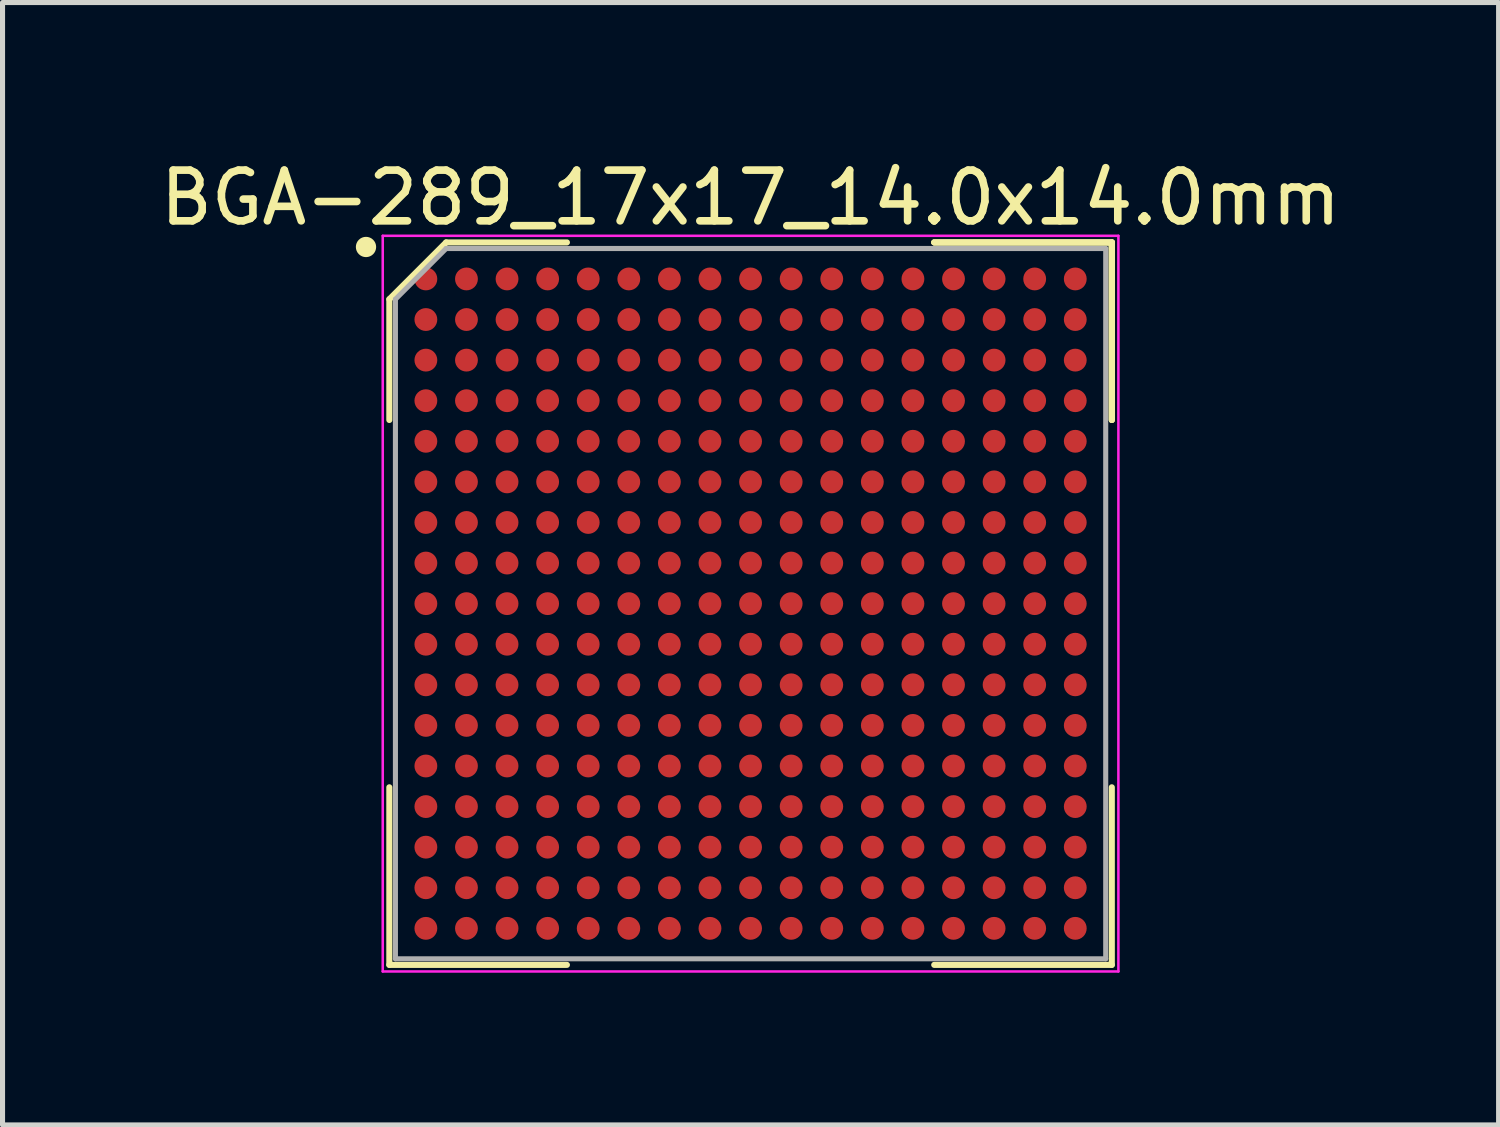
<source format=kicad_pcb>
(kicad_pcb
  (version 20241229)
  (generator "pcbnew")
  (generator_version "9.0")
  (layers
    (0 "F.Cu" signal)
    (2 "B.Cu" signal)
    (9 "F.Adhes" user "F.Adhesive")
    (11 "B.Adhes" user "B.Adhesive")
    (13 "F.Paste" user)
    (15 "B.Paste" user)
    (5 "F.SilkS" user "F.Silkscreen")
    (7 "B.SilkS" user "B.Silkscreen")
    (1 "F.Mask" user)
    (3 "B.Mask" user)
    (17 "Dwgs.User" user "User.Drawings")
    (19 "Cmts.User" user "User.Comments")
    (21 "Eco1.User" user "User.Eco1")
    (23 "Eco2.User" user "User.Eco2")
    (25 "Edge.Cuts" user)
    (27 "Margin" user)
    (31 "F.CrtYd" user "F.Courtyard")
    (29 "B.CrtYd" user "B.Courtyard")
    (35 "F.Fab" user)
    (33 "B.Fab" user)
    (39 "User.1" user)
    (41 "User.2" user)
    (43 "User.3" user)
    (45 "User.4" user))
  (footprint "BGA-289_17x17_14.0x14.0mm"
    (layer "F.Cu")
    (at 11.744 8.848)
    (property "Reference" "BGA-289_17x17_14.0x14.0mm" (at 0 -8 0) (layer "F.SilkS") (effects (font (size 1 1) (thickness 0.15))))
    (attr through_hole)
    (fp_line (start -7.12 -6) (end -7.12 -3.62) (stroke (width 0.12) (type solid)) (layer "F.SilkS"))
    (fp_line (start -7.12 7.12) (end -7.12 3.62) (stroke (width 0.12) (type solid)) (layer "F.SilkS"))
    (fp_line (start -6 -7.12) (end -7.12 -6) (stroke (width 0.12) (type solid)) (layer "F.SilkS"))
    (fp_line (start -3.62 -7.12) (end -6 -7.12) (stroke (width 0.12) (type solid)) (layer "F.SilkS"))
    (fp_line (start -3.62 7.12) (end -7.12 7.12) (stroke (width 0.12) (type solid)) (layer "F.SilkS"))
    (fp_line (start 3.62 -7.12) (end 7.12 -7.12) (stroke (width 0.12) (type solid)) (layer "F.SilkS"))
    (fp_line (start 3.62 -7.12) (end 7.12 -7.12) (stroke (width 0.12) (type solid)) (layer "F.SilkS"))
    (fp_line (start 3.62 -7.12) (end 7.12 -7.12) (stroke (width 0.12) (type solid)) (layer "F.SilkS"))
    (fp_line (start 3.62 7.12) (end 7.12 7.12) (stroke (width 0.12) (type solid)) (layer "F.SilkS"))
    (fp_line (start 7.12 -7.12) (end 7.12 -3.62) (stroke (width 0.12) (type solid)) (layer "F.SilkS"))
    (fp_line (start 7.12 -7.12) (end 7.12 -3.62) (stroke (width 0.12) (type solid)) (layer "F.SilkS"))
    (fp_line (start 7.12 -7.12) (end 7.12 -3.62) (stroke (width 0.12) (type solid)) (layer "F.SilkS"))
    (fp_line (start 7.12 7.12) (end 7.12 3.62) (stroke (width 0.12) (type solid)) (layer "F.SilkS"))
    (fp_circle (center -7.58 -7.03) (end -7.58 -6.93) (stroke (width 0.2) (type solid)) (fill no) (layer "F.SilkS"))
    (fp_line (start -7.25 -7.25) (end 7.25 -7.25) (stroke (width 0.05) (type solid)) (layer "F.CrtYd"))
    (fp_line (start -7.25 7.25) (end -7.25 -7.25) (stroke (width 0.05) (type solid)) (layer "F.CrtYd"))
    (fp_line (start 7.25 -7.25) (end 7.25 7.25) (stroke (width 0.05) (type solid)) (layer "F.CrtYd"))
    (fp_line (start 7.25 7.25) (end -7.25 7.25) (stroke (width 0.05) (type solid)) (layer "F.CrtYd"))
    (fp_line (start -7 -6) (end -7 7) (stroke (width 0.1) (type solid)) (layer "F.Fab"))
    (fp_line (start -7 7) (end 7 7) (stroke (width 0.1) (type solid)) (layer "F.Fab"))
    (fp_line (start -6 -7) (end -7 -6) (stroke (width 0.1) (type solid)) (layer "F.Fab"))
    (fp_line (start 7 -7) (end -6 -7) (stroke (width 0.1) (type solid)) (layer "F.Fab"))
    (fp_line (start 7 7) (end 7 -7) (stroke (width 0.1) (type solid)) (layer "F.Fab"))
    (pad "A1" smd circle (at -6.4 -6.4) (size 0.45 0.45) (layers "F.Cu" "F.Mask" "F.Paste"))
    (pad "A2" smd circle (at -5.6 -6.4) (size 0.45 0.45) (layers "F.Cu" "F.Mask" "F.Paste"))
    (pad "A3" smd circle (at -4.8 -6.4) (size 0.45 0.45) (layers "F.Cu" "F.Mask" "F.Paste"))
    (pad "A4" smd circle (at -4 -6.4) (size 0.45 0.45) (layers "F.Cu" "F.Mask" "F.Paste"))
    (pad "A5" smd circle (at -3.2 -6.4) (size 0.45 0.45) (layers "F.Cu" "F.Mask" "F.Paste"))
    (pad "A6" smd circle (at -2.4 -6.4) (size 0.45 0.45) (layers "F.Cu" "F.Mask" "F.Paste"))
    (pad "A7" smd circle (at -1.6 -6.4) (size 0.45 0.45) (layers "F.Cu" "F.Mask" "F.Paste"))
    (pad "A8" smd circle (at -0.8 -6.4) (size 0.45 0.45) (layers "F.Cu" "F.Mask" "F.Paste"))
    (pad "A9" smd circle (at 0 -6.4) (size 0.45 0.45) (layers "F.Cu" "F.Mask" "F.Paste"))
    (pad "A10" smd circle (at 0.8 -6.4) (size 0.45 0.45) (layers "F.Cu" "F.Mask" "F.Paste"))
    (pad "A11" smd circle (at 1.6 -6.4) (size 0.45 0.45) (layers "F.Cu" "F.Mask" "F.Paste"))
    (pad "A12" smd circle (at 2.4 -6.4) (size 0.45 0.45) (layers "F.Cu" "F.Mask" "F.Paste"))
    (pad "A13" smd circle (at 3.2 -6.4) (size 0.45 0.45) (layers "F.Cu" "F.Mask" "F.Paste"))
    (pad "A14" smd circle (at 4 -6.4) (size 0.45 0.45) (layers "F.Cu" "F.Mask" "F.Paste"))
    (pad "A15" smd circle (at 4.8 -6.4) (size 0.45 0.45) (layers "F.Cu" "F.Mask" "F.Paste"))
    (pad "A16" smd circle (at 5.6 -6.4) (size 0.45 0.45) (layers "F.Cu" "F.Mask" "F.Paste"))
    (pad "A17" smd circle (at 6.4 -6.4) (size 0.45 0.45) (layers "F.Cu" "F.Mask" "F.Paste"))
    (pad "B1" smd circle (at -6.4 -5.6) (size 0.45 0.45) (layers "F.Cu" "F.Mask" "F.Paste"))
    (pad "B2" smd circle (at -5.6 -5.6) (size 0.45 0.45) (layers "F.Cu" "F.Mask" "F.Paste"))
    (pad "B3" smd circle (at -4.8 -5.6) (size 0.45 0.45) (layers "F.Cu" "F.Mask" "F.Paste"))
    (pad "B4" smd circle (at -4 -5.6) (size 0.45 0.45) (layers "F.Cu" "F.Mask" "F.Paste"))
    (pad "B5" smd circle (at -3.2 -5.6) (size 0.45 0.45) (layers "F.Cu" "F.Mask" "F.Paste"))
    (pad "B6" smd circle (at -2.4 -5.6) (size 0.45 0.45) (layers "F.Cu" "F.Mask" "F.Paste"))
    (pad "B7" smd circle (at -1.6 -5.6) (size 0.45 0.45) (layers "F.Cu" "F.Mask" "F.Paste"))
    (pad "B8" smd circle (at -0.8 -5.6) (size 0.45 0.45) (layers "F.Cu" "F.Mask" "F.Paste"))
    (pad "B9" smd circle (at 0 -5.6) (size 0.45 0.45) (layers "F.Cu" "F.Mask" "F.Paste"))
    (pad "B10" smd circle (at 0.8 -5.6) (size 0.45 0.45) (layers "F.Cu" "F.Mask" "F.Paste"))
    (pad "B11" smd circle (at 1.6 -5.6) (size 0.45 0.45) (layers "F.Cu" "F.Mask" "F.Paste"))
    (pad "B12" smd circle (at 2.4 -5.6) (size 0.45 0.45) (layers "F.Cu" "F.Mask" "F.Paste"))
    (pad "B13" smd circle (at 3.2 -5.6) (size 0.45 0.45) (layers "F.Cu" "F.Mask" "F.Paste"))
    (pad "B14" smd circle (at 4 -5.6) (size 0.45 0.45) (layers "F.Cu" "F.Mask" "F.Paste"))
    (pad "B15" smd circle (at 4.8 -5.6) (size 0.45 0.45) (layers "F.Cu" "F.Mask" "F.Paste"))
    (pad "B16" smd circle (at 5.6 -5.6) (size 0.45 0.45) (layers "F.Cu" "F.Mask" "F.Paste"))
    (pad "B17" smd circle (at 6.4 -5.6) (size 0.45 0.45) (layers "F.Cu" "F.Mask" "F.Paste"))
    (pad "C1" smd circle (at -6.4 -4.8) (size 0.45 0.45) (layers "F.Cu" "F.Mask" "F.Paste"))
    (pad "C2" smd circle (at -5.6 -4.8) (size 0.45 0.45) (layers "F.Cu" "F.Mask" "F.Paste"))
    (pad "C3" smd circle (at -4.8 -4.8) (size 0.45 0.45) (layers "F.Cu" "F.Mask" "F.Paste"))
    (pad "C4" smd circle (at -4 -4.8) (size 0.45 0.45) (layers "F.Cu" "F.Mask" "F.Paste"))
    (pad "C5" smd circle (at -3.2 -4.8) (size 0.45 0.45) (layers "F.Cu" "F.Mask" "F.Paste"))
    (pad "C6" smd circle (at -2.4 -4.8) (size 0.45 0.45) (layers "F.Cu" "F.Mask" "F.Paste"))
    (pad "C7" smd circle (at -1.6 -4.8) (size 0.45 0.45) (layers "F.Cu" "F.Mask" "F.Paste"))
    (pad "C8" smd circle (at -0.8 -4.8) (size 0.45 0.45) (layers "F.Cu" "F.Mask" "F.Paste"))
    (pad "C9" smd circle (at 0 -4.8) (size 0.45 0.45) (layers "F.Cu" "F.Mask" "F.Paste"))
    (pad "C10" smd circle (at 0.8 -4.8) (size 0.45 0.45) (layers "F.Cu" "F.Mask" "F.Paste"))
    (pad "C11" smd circle (at 1.6 -4.8) (size 0.45 0.45) (layers "F.Cu" "F.Mask" "F.Paste"))
    (pad "C12" smd circle (at 2.4 -4.8) (size 0.45 0.45) (layers "F.Cu" "F.Mask" "F.Paste"))
    (pad "C13" smd circle (at 3.2 -4.8) (size 0.45 0.45) (layers "F.Cu" "F.Mask" "F.Paste"))
    (pad "C14" smd circle (at 4 -4.8) (size 0.45 0.45) (layers "F.Cu" "F.Mask" "F.Paste"))
    (pad "C15" smd circle (at 4.8 -4.8) (size 0.45 0.45) (layers "F.Cu" "F.Mask" "F.Paste"))
    (pad "C16" smd circle (at 5.6 -4.8) (size 0.45 0.45) (layers "F.Cu" "F.Mask" "F.Paste"))
    (pad "C17" smd circle (at 6.4 -4.8) (size 0.45 0.45) (layers "F.Cu" "F.Mask" "F.Paste"))
    (pad "D1" smd circle (at -6.4 -4) (size 0.45 0.45) (layers "F.Cu" "F.Mask" "F.Paste"))
    (pad "D2" smd circle (at -5.6 -4) (size 0.45 0.45) (layers "F.Cu" "F.Mask" "F.Paste"))
    (pad "D3" smd circle (at -4.8 -4) (size 0.45 0.45) (layers "F.Cu" "F.Mask" "F.Paste"))
    (pad "D4" smd circle (at -4 -4) (size 0.45 0.45) (layers "F.Cu" "F.Mask" "F.Paste"))
    (pad "D5" smd circle (at -3.2 -4) (size 0.45 0.45) (layers "F.Cu" "F.Mask" "F.Paste"))
    (pad "D6" smd circle (at -2.4 -4) (size 0.45 0.45) (layers "F.Cu" "F.Mask" "F.Paste"))
    (pad "D7" smd circle (at -1.6 -4) (size 0.45 0.45) (layers "F.Cu" "F.Mask" "F.Paste"))
    (pad "D8" smd circle (at -0.8 -4) (size 0.45 0.45) (layers "F.Cu" "F.Mask" "F.Paste"))
    (pad "D9" smd circle (at 0 -4) (size 0.45 0.45) (layers "F.Cu" "F.Mask" "F.Paste"))
    (pad "D10" smd circle (at 0.8 -4) (size 0.45 0.45) (layers "F.Cu" "F.Mask" "F.Paste"))
    (pad "D11" smd circle (at 1.6 -4) (size 0.45 0.45) (layers "F.Cu" "F.Mask" "F.Paste"))
    (pad "D12" smd circle (at 2.4 -4) (size 0.45 0.45) (layers "F.Cu" "F.Mask" "F.Paste"))
    (pad "D13" smd circle (at 3.2 -4) (size 0.45 0.45) (layers "F.Cu" "F.Mask" "F.Paste"))
    (pad "D14" smd circle (at 4 -4) (size 0.45 0.45) (layers "F.Cu" "F.Mask" "F.Paste"))
    (pad "D15" smd circle (at 4.8 -4) (size 0.45 0.45) (layers "F.Cu" "F.Mask" "F.Paste"))
    (pad "D16" smd circle (at 5.6 -4) (size 0.45 0.45) (layers "F.Cu" "F.Mask" "F.Paste"))
    (pad "D17" smd circle (at 6.4 -4) (size 0.45 0.45) (layers "F.Cu" "F.Mask" "F.Paste"))
    (pad "E1" smd circle (at -6.4 -3.2) (size 0.45 0.45) (layers "F.Cu" "F.Mask" "F.Paste"))
    (pad "E2" smd circle (at -5.6 -3.2) (size 0.45 0.45) (layers "F.Cu" "F.Mask" "F.Paste"))
    (pad "E3" smd circle (at -4.8 -3.2) (size 0.45 0.45) (layers "F.Cu" "F.Mask" "F.Paste"))
    (pad "E4" smd circle (at -4 -3.2) (size 0.45 0.45) (layers "F.Cu" "F.Mask" "F.Paste"))
    (pad "E5" smd circle (at -3.2 -3.2) (size 0.45 0.45) (layers "F.Cu" "F.Mask" "F.Paste"))
    (pad "E6" smd circle (at -2.4 -3.2) (size 0.45 0.45) (layers "F.Cu" "F.Mask" "F.Paste"))
    (pad "E7" smd circle (at -1.6 -3.2) (size 0.45 0.45) (layers "F.Cu" "F.Mask" "F.Paste"))
    (pad "E8" smd circle (at -0.8 -3.2) (size 0.45 0.45) (layers "F.Cu" "F.Mask" "F.Paste"))
    (pad "E9" smd circle (at 0 -3.2) (size 0.45 0.45) (layers "F.Cu" "F.Mask" "F.Paste"))
    (pad "E10" smd circle (at 0.8 -3.2) (size 0.45 0.45) (layers "F.Cu" "F.Mask" "F.Paste"))
    (pad "E11" smd circle (at 1.6 -3.2) (size 0.45 0.45) (layers "F.Cu" "F.Mask" "F.Paste"))
    (pad "E12" smd circle (at 2.4 -3.2) (size 0.45 0.45) (layers "F.Cu" "F.Mask" "F.Paste"))
    (pad "E13" smd circle (at 3.2 -3.2) (size 0.45 0.45) (layers "F.Cu" "F.Mask" "F.Paste"))
    (pad "E14" smd circle (at 4 -3.2) (size 0.45 0.45) (layers "F.Cu" "F.Mask" "F.Paste"))
    (pad "E15" smd circle (at 4.8 -3.2) (size 0.45 0.45) (layers "F.Cu" "F.Mask" "F.Paste"))
    (pad "E16" smd circle (at 5.6 -3.2) (size 0.45 0.45) (layers "F.Cu" "F.Mask" "F.Paste"))
    (pad "E17" smd circle (at 6.4 -3.2) (size 0.45 0.45) (layers "F.Cu" "F.Mask" "F.Paste"))
    (pad "F1" smd circle (at -6.4 -2.4) (size 0.45 0.45) (layers "F.Cu" "F.Mask" "F.Paste"))
    (pad "F2" smd circle (at -5.6 -2.4) (size 0.45 0.45) (layers "F.Cu" "F.Mask" "F.Paste"))
    (pad "F3" smd circle (at -4.8 -2.4) (size 0.45 0.45) (layers "F.Cu" "F.Mask" "F.Paste"))
    (pad "F4" smd circle (at -4 -2.4) (size 0.45 0.45) (layers "F.Cu" "F.Mask" "F.Paste"))
    (pad "F5" smd circle (at -3.2 -2.4) (size 0.45 0.45) (layers "F.Cu" "F.Mask" "F.Paste"))
    (pad "F6" smd circle (at -2.4 -2.4) (size 0.45 0.45) (layers "F.Cu" "F.Mask" "F.Paste"))
    (pad "F7" smd circle (at -1.6 -2.4) (size 0.45 0.45) (layers "F.Cu" "F.Mask" "F.Paste"))
    (pad "F8" smd circle (at -0.8 -2.4) (size 0.45 0.45) (layers "F.Cu" "F.Mask" "F.Paste"))
    (pad "F9" smd circle (at 0 -2.4) (size 0.45 0.45) (layers "F.Cu" "F.Mask" "F.Paste"))
    (pad "F10" smd circle (at 0.8 -2.4) (size 0.45 0.45) (layers "F.Cu" "F.Mask" "F.Paste"))
    (pad "F11" smd circle (at 1.6 -2.4) (size 0.45 0.45) (layers "F.Cu" "F.Mask" "F.Paste"))
    (pad "F12" smd circle (at 2.4 -2.4) (size 0.45 0.45) (layers "F.Cu" "F.Mask" "F.Paste"))
    (pad "F13" smd circle (at 3.2 -2.4) (size 0.45 0.45) (layers "F.Cu" "F.Mask" "F.Paste"))
    (pad "F14" smd circle (at 4 -2.4) (size 0.45 0.45) (layers "F.Cu" "F.Mask" "F.Paste"))
    (pad "F15" smd circle (at 4.8 -2.4) (size 0.45 0.45) (layers "F.Cu" "F.Mask" "F.Paste"))
    (pad "F16" smd circle (at 5.6 -2.4) (size 0.45 0.45) (layers "F.Cu" "F.Mask" "F.Paste"))
    (pad "F17" smd circle (at 6.4 -2.4) (size 0.45 0.45) (layers "F.Cu" "F.Mask" "F.Paste"))
    (pad "G1" smd circle (at -6.4 -1.6) (size 0.45 0.45) (layers "F.Cu" "F.Mask" "F.Paste"))
    (pad "G2" smd circle (at -5.6 -1.6) (size 0.45 0.45) (layers "F.Cu" "F.Mask" "F.Paste"))
    (pad "G3" smd circle (at -4.8 -1.6) (size 0.45 0.45) (layers "F.Cu" "F.Mask" "F.Paste"))
    (pad "G4" smd circle (at -4 -1.6) (size 0.45 0.45) (layers "F.Cu" "F.Mask" "F.Paste"))
    (pad "G5" smd circle (at -3.2 -1.6) (size 0.45 0.45) (layers "F.Cu" "F.Mask" "F.Paste"))
    (pad "G6" smd circle (at -2.4 -1.6) (size 0.45 0.45) (layers "F.Cu" "F.Mask" "F.Paste"))
    (pad "G7" smd circle (at -1.6 -1.6) (size 0.45 0.45) (layers "F.Cu" "F.Mask" "F.Paste"))
    (pad "G8" smd circle (at -0.8 -1.6) (size 0.45 0.45) (layers "F.Cu" "F.Mask" "F.Paste"))
    (pad "G9" smd circle (at 0 -1.6) (size 0.45 0.45) (layers "F.Cu" "F.Mask" "F.Paste"))
    (pad "G10" smd circle (at 0.8 -1.6) (size 0.45 0.45) (layers "F.Cu" "F.Mask" "F.Paste"))
    (pad "G11" smd circle (at 1.6 -1.6) (size 0.45 0.45) (layers "F.Cu" "F.Mask" "F.Paste"))
    (pad "G12" smd circle (at 2.4 -1.6) (size 0.45 0.45) (layers "F.Cu" "F.Mask" "F.Paste"))
    (pad "G13" smd circle (at 3.2 -1.6) (size 0.45 0.45) (layers "F.Cu" "F.Mask" "F.Paste"))
    (pad "G14" smd circle (at 4 -1.6) (size 0.45 0.45) (layers "F.Cu" "F.Mask" "F.Paste"))
    (pad "G15" smd circle (at 4.8 -1.6) (size 0.45 0.45) (layers "F.Cu" "F.Mask" "F.Paste"))
    (pad "G16" smd circle (at 5.6 -1.6) (size 0.45 0.45) (layers "F.Cu" "F.Mask" "F.Paste"))
    (pad "G17" smd circle (at 6.4 -1.6) (size 0.45 0.45) (layers "F.Cu" "F.Mask" "F.Paste"))
    (pad "H1" smd circle (at -6.4 -0.8) (size 0.45 0.45) (layers "F.Cu" "F.Mask" "F.Paste"))
    (pad "H2" smd circle (at -5.6 -0.8) (size 0.45 0.45) (layers "F.Cu" "F.Mask" "F.Paste"))
    (pad "H3" smd circle (at -4.8 -0.8) (size 0.45 0.45) (layers "F.Cu" "F.Mask" "F.Paste"))
    (pad "H4" smd circle (at -4 -0.8) (size 0.45 0.45) (layers "F.Cu" "F.Mask" "F.Paste"))
    (pad "H5" smd circle (at -3.2 -0.8) (size 0.45 0.45) (layers "F.Cu" "F.Mask" "F.Paste"))
    (pad "H6" smd circle (at -2.4 -0.8) (size 0.45 0.45) (layers "F.Cu" "F.Mask" "F.Paste"))
    (pad "H7" smd circle (at -1.6 -0.8) (size 0.45 0.45) (layers "F.Cu" "F.Mask" "F.Paste"))
    (pad "H8" smd circle (at -0.8 -0.8) (size 0.45 0.45) (layers "F.Cu" "F.Mask" "F.Paste"))
    (pad "H9" smd circle (at 0 -0.8) (size 0.45 0.45) (layers "F.Cu" "F.Mask" "F.Paste"))
    (pad "H10" smd circle (at 0.8 -0.8) (size 0.45 0.45) (layers "F.Cu" "F.Mask" "F.Paste"))
    (pad "H11" smd circle (at 1.6 -0.8) (size 0.45 0.45) (layers "F.Cu" "F.Mask" "F.Paste"))
    (pad "H12" smd circle (at 2.4 -0.8) (size 0.45 0.45) (layers "F.Cu" "F.Mask" "F.Paste"))
    (pad "H13" smd circle (at 3.2 -0.8) (size 0.45 0.45) (layers "F.Cu" "F.Mask" "F.Paste"))
    (pad "H14" smd circle (at 4 -0.8) (size 0.45 0.45) (layers "F.Cu" "F.Mask" "F.Paste"))
    (pad "H15" smd circle (at 4.8 -0.8) (size 0.45 0.45) (layers "F.Cu" "F.Mask" "F.Paste"))
    (pad "H16" smd circle (at 5.6 -0.8) (size 0.45 0.45) (layers "F.Cu" "F.Mask" "F.Paste"))
    (pad "H17" smd circle (at 6.4 -0.8) (size 0.45 0.45) (layers "F.Cu" "F.Mask" "F.Paste"))
    (pad "J1" smd circle (at -6.4 0) (size 0.45 0.45) (layers "F.Cu" "F.Mask" "F.Paste"))
    (pad "J2" smd circle (at -5.6 0) (size 0.45 0.45) (layers "F.Cu" "F.Mask" "F.Paste"))
    (pad "J3" smd circle (at -4.8 0) (size 0.45 0.45) (layers "F.Cu" "F.Mask" "F.Paste"))
    (pad "J4" smd circle (at -4 0) (size 0.45 0.45) (layers "F.Cu" "F.Mask" "F.Paste"))
    (pad "J5" smd circle (at -3.2 0) (size 0.45 0.45) (layers "F.Cu" "F.Mask" "F.Paste"))
    (pad "J6" smd circle (at -2.4 0) (size 0.45 0.45) (layers "F.Cu" "F.Mask" "F.Paste"))
    (pad "J7" smd circle (at -1.6 0) (size 0.45 0.45) (layers "F.Cu" "F.Mask" "F.Paste"))
    (pad "J8" smd circle (at -0.8 0) (size 0.45 0.45) (layers "F.Cu" "F.Mask" "F.Paste"))
    (pad "J9" smd circle (at 0 0) (size 0.45 0.45) (layers "F.Cu" "F.Mask" "F.Paste"))
    (pad "J10" smd circle (at 0.8 0) (size 0.45 0.45) (layers "F.Cu" "F.Mask" "F.Paste"))
    (pad "J11" smd circle (at 1.6 0) (size 0.45 0.45) (layers "F.Cu" "F.Mask" "F.Paste"))
    (pad "J12" smd circle (at 2.4 0) (size 0.45 0.45) (layers "F.Cu" "F.Mask" "F.Paste"))
    (pad "J13" smd circle (at 3.2 0) (size 0.45 0.45) (layers "F.Cu" "F.Mask" "F.Paste"))
    (pad "J14" smd circle (at 4 0) (size 0.45 0.45) (layers "F.Cu" "F.Mask" "F.Paste"))
    (pad "J15" smd circle (at 4.8 0) (size 0.45 0.45) (layers "F.Cu" "F.Mask" "F.Paste"))
    (pad "J16" smd circle (at 5.6 0) (size 0.45 0.45) (layers "F.Cu" "F.Mask" "F.Paste"))
    (pad "J17" smd circle (at 6.4 0) (size 0.45 0.45) (layers "F.Cu" "F.Mask" "F.Paste"))
    (pad "K1" smd circle (at -6.4 0.8) (size 0.45 0.45) (layers "F.Cu" "F.Mask" "F.Paste"))
    (pad "K2" smd circle (at -5.6 0.8) (size 0.45 0.45) (layers "F.Cu" "F.Mask" "F.Paste"))
    (pad "K3" smd circle (at -4.8 0.8) (size 0.45 0.45) (layers "F.Cu" "F.Mask" "F.Paste"))
    (pad "K4" smd circle (at -4 0.8) (size 0.45 0.45) (layers "F.Cu" "F.Mask" "F.Paste"))
    (pad "K5" smd circle (at -3.2 0.8) (size 0.45 0.45) (layers "F.Cu" "F.Mask" "F.Paste"))
    (pad "K6" smd circle (at -2.4 0.8) (size 0.45 0.45) (layers "F.Cu" "F.Mask" "F.Paste"))
    (pad "K7" smd circle (at -1.6 0.8) (size 0.45 0.45) (layers "F.Cu" "F.Mask" "F.Paste"))
    (pad "K8" smd circle (at -0.8 0.8) (size 0.45 0.45) (layers "F.Cu" "F.Mask" "F.Paste"))
    (pad "K9" smd circle (at 0 0.8) (size 0.45 0.45) (layers "F.Cu" "F.Mask" "F.Paste"))
    (pad "K10" smd circle (at 0.8 0.8) (size 0.45 0.45) (layers "F.Cu" "F.Mask" "F.Paste"))
    (pad "K11" smd circle (at 1.6 0.8) (size 0.45 0.45) (layers "F.Cu" "F.Mask" "F.Paste"))
    (pad "K12" smd circle (at 2.4 0.8) (size 0.45 0.45) (layers "F.Cu" "F.Mask" "F.Paste"))
    (pad "K13" smd circle (at 3.2 0.8) (size 0.45 0.45) (layers "F.Cu" "F.Mask" "F.Paste"))
    (pad "K14" smd circle (at 4 0.8) (size 0.45 0.45) (layers "F.Cu" "F.Mask" "F.Paste"))
    (pad "K15" smd circle (at 4.8 0.8) (size 0.45 0.45) (layers "F.Cu" "F.Mask" "F.Paste"))
    (pad "K16" smd circle (at 5.6 0.8) (size 0.45 0.45) (layers "F.Cu" "F.Mask" "F.Paste"))
    (pad "K17" smd circle (at 6.4 0.8) (size 0.45 0.45) (layers "F.Cu" "F.Mask" "F.Paste"))
    (pad "L1" smd circle (at -6.4 1.6) (size 0.45 0.45) (layers "F.Cu" "F.Mask" "F.Paste"))
    (pad "L2" smd circle (at -5.6 1.6) (size 0.45 0.45) (layers "F.Cu" "F.Mask" "F.Paste"))
    (pad "L3" smd circle (at -4.8 1.6) (size 0.45 0.45) (layers "F.Cu" "F.Mask" "F.Paste"))
    (pad "L4" smd circle (at -4 1.6) (size 0.45 0.45) (layers "F.Cu" "F.Mask" "F.Paste"))
    (pad "L5" smd circle (at -3.2 1.6) (size 0.45 0.45) (layers "F.Cu" "F.Mask" "F.Paste"))
    (pad "L6" smd circle (at -2.4 1.6) (size 0.45 0.45) (layers "F.Cu" "F.Mask" "F.Paste"))
    (pad "L7" smd circle (at -1.6 1.6) (size 0.45 0.45) (layers "F.Cu" "F.Mask" "F.Paste"))
    (pad "L8" smd circle (at -0.8 1.6) (size 0.45 0.45) (layers "F.Cu" "F.Mask" "F.Paste"))
    (pad "L9" smd circle (at 0 1.6) (size 0.45 0.45) (layers "F.Cu" "F.Mask" "F.Paste"))
    (pad "L10" smd circle (at 0.8 1.6) (size 0.45 0.45) (layers "F.Cu" "F.Mask" "F.Paste"))
    (pad "L11" smd circle (at 1.6 1.6) (size 0.45 0.45) (layers "F.Cu" "F.Mask" "F.Paste"))
    (pad "L12" smd circle (at 2.4 1.6) (size 0.45 0.45) (layers "F.Cu" "F.Mask" "F.Paste"))
    (pad "L13" smd circle (at 3.2 1.6) (size 0.45 0.45) (layers "F.Cu" "F.Mask" "F.Paste"))
    (pad "L14" smd circle (at 4 1.6) (size 0.45 0.45) (layers "F.Cu" "F.Mask" "F.Paste"))
    (pad "L15" smd circle (at 4.8 1.6) (size 0.45 0.45) (layers "F.Cu" "F.Mask" "F.Paste"))
    (pad "L16" smd circle (at 5.6 1.6) (size 0.45 0.45) (layers "F.Cu" "F.Mask" "F.Paste"))
    (pad "L17" smd circle (at 6.4 1.6) (size 0.45 0.45) (layers "F.Cu" "F.Mask" "F.Paste"))
    (pad "M1" smd circle (at -6.4 2.4) (size 0.45 0.45) (layers "F.Cu" "F.Mask" "F.Paste"))
    (pad "M2" smd circle (at -5.6 2.4) (size 0.45 0.45) (layers "F.Cu" "F.Mask" "F.Paste"))
    (pad "M3" smd circle (at -4.8 2.4) (size 0.45 0.45) (layers "F.Cu" "F.Mask" "F.Paste"))
    (pad "M4" smd circle (at -4 2.4) (size 0.45 0.45) (layers "F.Cu" "F.Mask" "F.Paste"))
    (pad "M5" smd circle (at -3.2 2.4) (size 0.45 0.45) (layers "F.Cu" "F.Mask" "F.Paste"))
    (pad "M6" smd circle (at -2.4 2.4) (size 0.45 0.45) (layers "F.Cu" "F.Mask" "F.Paste"))
    (pad "M7" smd circle (at -1.6 2.4) (size 0.45 0.45) (layers "F.Cu" "F.Mask" "F.Paste"))
    (pad "M8" smd circle (at -0.8 2.4) (size 0.45 0.45) (layers "F.Cu" "F.Mask" "F.Paste"))
    (pad "M9" smd circle (at 0 2.4) (size 0.45 0.45) (layers "F.Cu" "F.Mask" "F.Paste"))
    (pad "M10" smd circle (at 0.8 2.4) (size 0.45 0.45) (layers "F.Cu" "F.Mask" "F.Paste"))
    (pad "M11" smd circle (at 1.6 2.4) (size 0.45 0.45) (layers "F.Cu" "F.Mask" "F.Paste"))
    (pad "M12" smd circle (at 2.4 2.4) (size 0.45 0.45) (layers "F.Cu" "F.Mask" "F.Paste"))
    (pad "M13" smd circle (at 3.2 2.4) (size 0.45 0.45) (layers "F.Cu" "F.Mask" "F.Paste"))
    (pad "M14" smd circle (at 4 2.4) (size 0.45 0.45) (layers "F.Cu" "F.Mask" "F.Paste"))
    (pad "M15" smd circle (at 4.8 2.4) (size 0.45 0.45) (layers "F.Cu" "F.Mask" "F.Paste"))
    (pad "M16" smd circle (at 5.6 2.4) (size 0.45 0.45) (layers "F.Cu" "F.Mask" "F.Paste"))
    (pad "M17" smd circle (at 6.4 2.4) (size 0.45 0.45) (layers "F.Cu" "F.Mask" "F.Paste"))
    (pad "N1" smd circle (at -6.4 3.2) (size 0.45 0.45) (layers "F.Cu" "F.Mask" "F.Paste"))
    (pad "N2" smd circle (at -5.6 3.2) (size 0.45 0.45) (layers "F.Cu" "F.Mask" "F.Paste"))
    (pad "N3" smd circle (at -4.8 3.2) (size 0.45 0.45) (layers "F.Cu" "F.Mask" "F.Paste"))
    (pad "N4" smd circle (at -4 3.2) (size 0.45 0.45) (layers "F.Cu" "F.Mask" "F.Paste"))
    (pad "N5" smd circle (at -3.2 3.2) (size 0.45 0.45) (layers "F.Cu" "F.Mask" "F.Paste"))
    (pad "N6" smd circle (at -2.4 3.2) (size 0.45 0.45) (layers "F.Cu" "F.Mask" "F.Paste"))
    (pad "N7" smd circle (at -1.6 3.2) (size 0.45 0.45) (layers "F.Cu" "F.Mask" "F.Paste"))
    (pad "N8" smd circle (at -0.8 3.2) (size 0.45 0.45) (layers "F.Cu" "F.Mask" "F.Paste"))
    (pad "N9" smd circle (at 0 3.2) (size 0.45 0.45) (layers "F.Cu" "F.Mask" "F.Paste"))
    (pad "N10" smd circle (at 0.8 3.2) (size 0.45 0.45) (layers "F.Cu" "F.Mask" "F.Paste"))
    (pad "N11" smd circle (at 1.6 3.2) (size 0.45 0.45) (layers "F.Cu" "F.Mask" "F.Paste"))
    (pad "N12" smd circle (at 2.4 3.2) (size 0.45 0.45) (layers "F.Cu" "F.Mask" "F.Paste"))
    (pad "N13" smd circle (at 3.2 3.2) (size 0.45 0.45) (layers "F.Cu" "F.Mask" "F.Paste"))
    (pad "N14" smd circle (at 4 3.2) (size 0.45 0.45) (layers "F.Cu" "F.Mask" "F.Paste"))
    (pad "N15" smd circle (at 4.8 3.2) (size 0.45 0.45) (layers "F.Cu" "F.Mask" "F.Paste"))
    (pad "N16" smd circle (at 5.6 3.2) (size 0.45 0.45) (layers "F.Cu" "F.Mask" "F.Paste"))
    (pad "N17" smd circle (at 6.4 3.2) (size 0.45 0.45) (layers "F.Cu" "F.Mask" "F.Paste"))
    (pad "P1" smd circle (at -6.4 4) (size 0.45 0.45) (layers "F.Cu" "F.Mask" "F.Paste"))
    (pad "P2" smd circle (at -5.6 4) (size 0.45 0.45) (layers "F.Cu" "F.Mask" "F.Paste"))
    (pad "P3" smd circle (at -4.8 4) (size 0.45 0.45) (layers "F.Cu" "F.Mask" "F.Paste"))
    (pad "P4" smd circle (at -4 4) (size 0.45 0.45) (layers "F.Cu" "F.Mask" "F.Paste"))
    (pad "P5" smd circle (at -3.2 4) (size 0.45 0.45) (layers "F.Cu" "F.Mask" "F.Paste"))
    (pad "P6" smd circle (at -2.4 4) (size 0.45 0.45) (layers "F.Cu" "F.Mask" "F.Paste"))
    (pad "P7" smd circle (at -1.6 4) (size 0.45 0.45) (layers "F.Cu" "F.Mask" "F.Paste"))
    (pad "P8" smd circle (at -0.8 4) (size 0.45 0.45) (layers "F.Cu" "F.Mask" "F.Paste"))
    (pad "P9" smd circle (at 0 4) (size 0.45 0.45) (layers "F.Cu" "F.Mask" "F.Paste"))
    (pad "P10" smd circle (at 0.8 4) (size 0.45 0.45) (layers "F.Cu" "F.Mask" "F.Paste"))
    (pad "P11" smd circle (at 1.6 4) (size 0.45 0.45) (layers "F.Cu" "F.Mask" "F.Paste"))
    (pad "P12" smd circle (at 2.4 4) (size 0.45 0.45) (layers "F.Cu" "F.Mask" "F.Paste"))
    (pad "P13" smd circle (at 3.2 4) (size 0.45 0.45) (layers "F.Cu" "F.Mask" "F.Paste"))
    (pad "P14" smd circle (at 4 4) (size 0.45 0.45) (layers "F.Cu" "F.Mask" "F.Paste"))
    (pad "P15" smd circle (at 4.8 4) (size 0.45 0.45) (layers "F.Cu" "F.Mask" "F.Paste"))
    (pad "P16" smd circle (at 5.6 4) (size 0.45 0.45) (layers "F.Cu" "F.Mask" "F.Paste"))
    (pad "P17" smd circle (at 6.4 4) (size 0.45 0.45) (layers "F.Cu" "F.Mask" "F.Paste"))
    (pad "R1" smd circle (at -6.4 4.8) (size 0.45 0.45) (layers "F.Cu" "F.Mask" "F.Paste"))
    (pad "R2" smd circle (at -5.6 4.8) (size 0.45 0.45) (layers "F.Cu" "F.Mask" "F.Paste"))
    (pad "R3" smd circle (at -4.8 4.8) (size 0.45 0.45) (layers "F.Cu" "F.Mask" "F.Paste"))
    (pad "R4" smd circle (at -4 4.8) (size 0.45 0.45) (layers "F.Cu" "F.Mask" "F.Paste"))
    (pad "R5" smd circle (at -3.2 4.8) (size 0.45 0.45) (layers "F.Cu" "F.Mask" "F.Paste"))
    (pad "R6" smd circle (at -2.4 4.8) (size 0.45 0.45) (layers "F.Cu" "F.Mask" "F.Paste"))
    (pad "R7" smd circle (at -1.6 4.8) (size 0.45 0.45) (layers "F.Cu" "F.Mask" "F.Paste"))
    (pad "R8" smd circle (at -0.8 4.8) (size 0.45 0.45) (layers "F.Cu" "F.Mask" "F.Paste"))
    (pad "R9" smd circle (at 0 4.8) (size 0.45 0.45) (layers "F.Cu" "F.Mask" "F.Paste"))
    (pad "R10" smd circle (at 0.8 4.8) (size 0.45 0.45) (layers "F.Cu" "F.Mask" "F.Paste"))
    (pad "R11" smd circle (at 1.6 4.8) (size 0.45 0.45) (layers "F.Cu" "F.Mask" "F.Paste"))
    (pad "R12" smd circle (at 2.4 4.8) (size 0.45 0.45) (layers "F.Cu" "F.Mask" "F.Paste"))
    (pad "R13" smd circle (at 3.2 4.8) (size 0.45 0.45) (layers "F.Cu" "F.Mask" "F.Paste"))
    (pad "R14" smd circle (at 4 4.8) (size 0.45 0.45) (layers "F.Cu" "F.Mask" "F.Paste"))
    (pad "R15" smd circle (at 4.8 4.8) (size 0.45 0.45) (layers "F.Cu" "F.Mask" "F.Paste"))
    (pad "R16" smd circle (at 5.6 4.8) (size 0.45 0.45) (layers "F.Cu" "F.Mask" "F.Paste"))
    (pad "R17" smd circle (at 6.4 4.8) (size 0.45 0.45) (layers "F.Cu" "F.Mask" "F.Paste"))
    (pad "T1" smd circle (at -6.4 5.6) (size 0.45 0.45) (layers "F.Cu" "F.Mask" "F.Paste"))
    (pad "T2" smd circle (at -5.6 5.6) (size 0.45 0.45) (layers "F.Cu" "F.Mask" "F.Paste"))
    (pad "T3" smd circle (at -4.8 5.6) (size 0.45 0.45) (layers "F.Cu" "F.Mask" "F.Paste"))
    (pad "T4" smd circle (at -4 5.6) (size 0.45 0.45) (layers "F.Cu" "F.Mask" "F.Paste"))
    (pad "T5" smd circle (at -3.2 5.6) (size 0.45 0.45) (layers "F.Cu" "F.Mask" "F.Paste"))
    (pad "T6" smd circle (at -2.4 5.6) (size 0.45 0.45) (layers "F.Cu" "F.Mask" "F.Paste"))
    (pad "T7" smd circle (at -1.6 5.6) (size 0.45 0.45) (layers "F.Cu" "F.Mask" "F.Paste"))
    (pad "T8" smd circle (at -0.8 5.6) (size 0.45 0.45) (layers "F.Cu" "F.Mask" "F.Paste"))
    (pad "T9" smd circle (at 0 5.6) (size 0.45 0.45) (layers "F.Cu" "F.Mask" "F.Paste"))
    (pad "T10" smd circle (at 0.8 5.6) (size 0.45 0.45) (layers "F.Cu" "F.Mask" "F.Paste"))
    (pad "T11" smd circle (at 1.6 5.6) (size 0.45 0.45) (layers "F.Cu" "F.Mask" "F.Paste"))
    (pad "T12" smd circle (at 2.4 5.6) (size 0.45 0.45) (layers "F.Cu" "F.Mask" "F.Paste"))
    (pad "T13" smd circle (at 3.2 5.6) (size 0.45 0.45) (layers "F.Cu" "F.Mask" "F.Paste"))
    (pad "T14" smd circle (at 4 5.6) (size 0.45 0.45) (layers "F.Cu" "F.Mask" "F.Paste"))
    (pad "T15" smd circle (at 4.8 5.6) (size 0.45 0.45) (layers "F.Cu" "F.Mask" "F.Paste"))
    (pad "T16" smd circle (at 5.6 5.6) (size 0.45 0.45) (layers "F.Cu" "F.Mask" "F.Paste"))
    (pad "T17" smd circle (at 6.4 5.6) (size 0.45 0.45) (layers "F.Cu" "F.Mask" "F.Paste"))
    (pad "U1" smd circle (at -6.4 6.4) (size 0.45 0.45) (layers "F.Cu" "F.Mask" "F.Paste"))
    (pad "U2" smd circle (at -5.6 6.4) (size 0.45 0.45) (layers "F.Cu" "F.Mask" "F.Paste"))
    (pad "U3" smd circle (at -4.8 6.4) (size 0.45 0.45) (layers "F.Cu" "F.Mask" "F.Paste"))
    (pad "U4" smd circle (at -4 6.4) (size 0.45 0.45) (layers "F.Cu" "F.Mask" "F.Paste"))
    (pad "U5" smd circle (at -3.2 6.4) (size 0.45 0.45) (layers "F.Cu" "F.Mask" "F.Paste"))
    (pad "U6" smd circle (at -2.4 6.4) (size 0.45 0.45) (layers "F.Cu" "F.Mask" "F.Paste"))
    (pad "U7" smd circle (at -1.6 6.4) (size 0.45 0.45) (layers "F.Cu" "F.Mask" "F.Paste"))
    (pad "U8" smd circle (at -0.8 6.4) (size 0.45 0.45) (layers "F.Cu" "F.Mask" "F.Paste"))
    (pad "U9" smd circle (at 0 6.4) (size 0.45 0.45) (layers "F.Cu" "F.Mask" "F.Paste"))
    (pad "U10" smd circle (at 0.8 6.4) (size 0.45 0.45) (layers "F.Cu" "F.Mask" "F.Paste"))
    (pad "U11" smd circle (at 1.6 6.4) (size 0.45 0.45) (layers "F.Cu" "F.Mask" "F.Paste"))
    (pad "U12" smd circle (at 2.4 6.4) (size 0.45 0.45) (layers "F.Cu" "F.Mask" "F.Paste"))
    (pad "U13" smd circle (at 3.2 6.4) (size 0.45 0.45) (layers "F.Cu" "F.Mask" "F.Paste"))
    (pad "U14" smd circle (at 4 6.4) (size 0.45 0.45) (layers "F.Cu" "F.Mask" "F.Paste"))
    (pad "U15" smd circle (at 4.8 6.4) (size 0.45 0.45) (layers "F.Cu" "F.Mask" "F.Paste"))
    (pad "U16" smd circle (at 5.6 6.4) (size 0.45 0.45) (layers "F.Cu" "F.Mask" "F.Paste"))
    (pad "U17" smd circle (at 6.4 6.4) (size 0.45 0.45) (layers "F.Cu" "F.Mask" "F.Paste")))
  (gr_rect
    (start -3 -3)
    (end 26.488 19.123)
    (stroke (width 0.1) (type default))
    (fill no)
    (layer "Edge.Cuts")))
</source>
